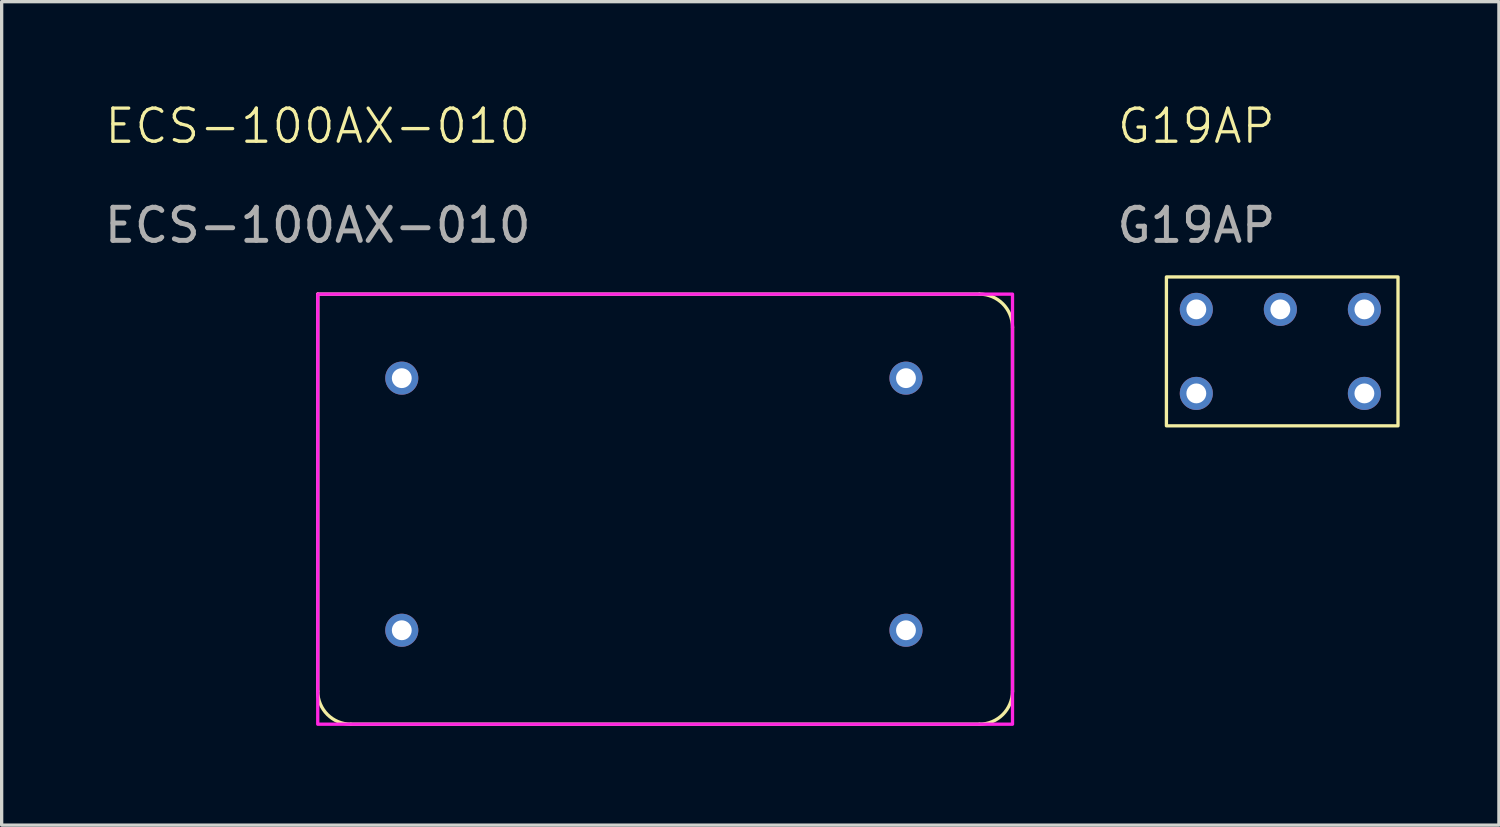
<source format=kicad_pcb>
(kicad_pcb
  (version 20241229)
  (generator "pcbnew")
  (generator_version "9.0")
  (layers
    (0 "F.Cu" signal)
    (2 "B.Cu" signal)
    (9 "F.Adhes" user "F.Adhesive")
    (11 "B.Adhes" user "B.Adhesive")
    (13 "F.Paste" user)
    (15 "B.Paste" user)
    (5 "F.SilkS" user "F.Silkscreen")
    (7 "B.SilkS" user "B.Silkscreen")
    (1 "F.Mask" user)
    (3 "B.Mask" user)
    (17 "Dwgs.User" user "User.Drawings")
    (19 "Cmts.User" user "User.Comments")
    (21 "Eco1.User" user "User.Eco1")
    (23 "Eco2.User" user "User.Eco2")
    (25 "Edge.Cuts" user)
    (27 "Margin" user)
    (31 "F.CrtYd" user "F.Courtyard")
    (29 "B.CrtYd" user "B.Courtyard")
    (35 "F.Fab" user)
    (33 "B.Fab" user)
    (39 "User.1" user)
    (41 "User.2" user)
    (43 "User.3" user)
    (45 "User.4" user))
  (footprint "ECS-100AX-010"
    (layer "F.Cu")
    (at 6.554 5.84)
    (property "Reference" "ECS-100AX-010" (at 0 -5.08 0) (unlocked yes) (layer "F.SilkS") (effects (font (size 1 1) (thickness 0.1))))
    (attr through_hole)
    (fp_line (start 0 0) (end 20 0) (stroke (width 0.1) (type default)) (layer "F.SilkS"))
    (fp_line (start 0 12) (end 0 0) (stroke (width 0.1) (type default)) (layer "F.SilkS"))
    (fp_line (start 20 13) (end 1 13) (stroke (width 0.1) (type default)) (layer "F.SilkS"))
    (fp_line (start 21 1) (end 21 12) (stroke (width 0.1) (type default)) (layer "F.SilkS"))
    (fp_arc (start 1 13) (mid 0.292893 12.707107) (end 0 12) (stroke (width 0.1) (type default)) (layer "F.SilkS"))
    (fp_arc (start 20 0) (mid 20.707107 0.292893) (end 21 1) (stroke (width 0.1) (type default)) (layer "F.SilkS"))
    (fp_arc (start 21 12) (mid 20.707107 12.707107) (end 20 13) (stroke (width 0.1) (type default)) (layer "F.SilkS"))
    (fp_rect (start 0 0) (end 21 13) (stroke (width 0.1) (type solid)) (fill no) (layer "F.CrtYd"))
    (fp_text user "${REFERENCE}" (at 0 -2.08 0) (unlocked yes) (layer "F.Fab") (effects (font (size 1 1) (thickness 0.15))))
    (pad "1" thru_hole circle (at 2.54 2.54) (size 1 1) (drill 0.6) (layers "*.Cu" "*.Mask"))
    (pad "7" thru_hole circle (at 17.78 2.54) (size 1 1) (drill 0.6) (layers "*.Cu" "*.Mask"))
    (pad "8" thru_hole circle (at 17.78 10.16) (size 1 1) (drill 0.6) (layers "*.Cu" "*.Mask"))
    (pad "14" thru_hole circle (at 2.54 10.16) (size 1 1) (drill 0.6) (layers "*.Cu" "*.Mask")))
  (footprint "G19AP"
    (layer "F.Cu")
    (at 33.11 6.301)
    (property "Reference" "G19AP" (at 0 -5.54 0) (unlocked yes) (layer "F.SilkS") (effects (font (size 1 1) (thickness 0.1))))
    (attr through_hole)
    (fp_rect (start -0.904 -0.98) (end 6.096 3.52) (stroke (width 0.1) (type default)) (fill no) (layer "F.SilkS"))
    (fp_text user "${REFERENCE}" (at 0 -2.54 0) (unlocked yes) (layer "F.Fab") (effects (font (size 1 1) (thickness 0.15))))
    (pad "" thru_hole circle (at 0 2.54 180) (size 1 1) (drill 0.6) (layers "*.Cu" "*.Mask"))
    (pad "" thru_hole circle (at 5.08 2.54 180) (size 1 1) (drill 0.6) (layers "*.Cu" "*.Mask"))
    (pad "4" thru_hole circle (at 0 0 180) (size 1 1) (drill 0.6) (layers "*.Cu" "*.Mask"))
    (pad "5" thru_hole circle (at 2.54 0 180) (size 1 1) (drill 0.6) (layers "*.Cu" "*.Mask"))
    (pad "6" thru_hole circle (at 5.08 0 180) (size 1 1) (drill 0.6) (layers "*.Cu" "*.Mask")))
  (gr_rect
    (start -3 -3)
    (end 42.256 21.89)
    (stroke (width 0.1) (type default))
    (fill no)
    (layer "Edge.Cuts")))
</source>
